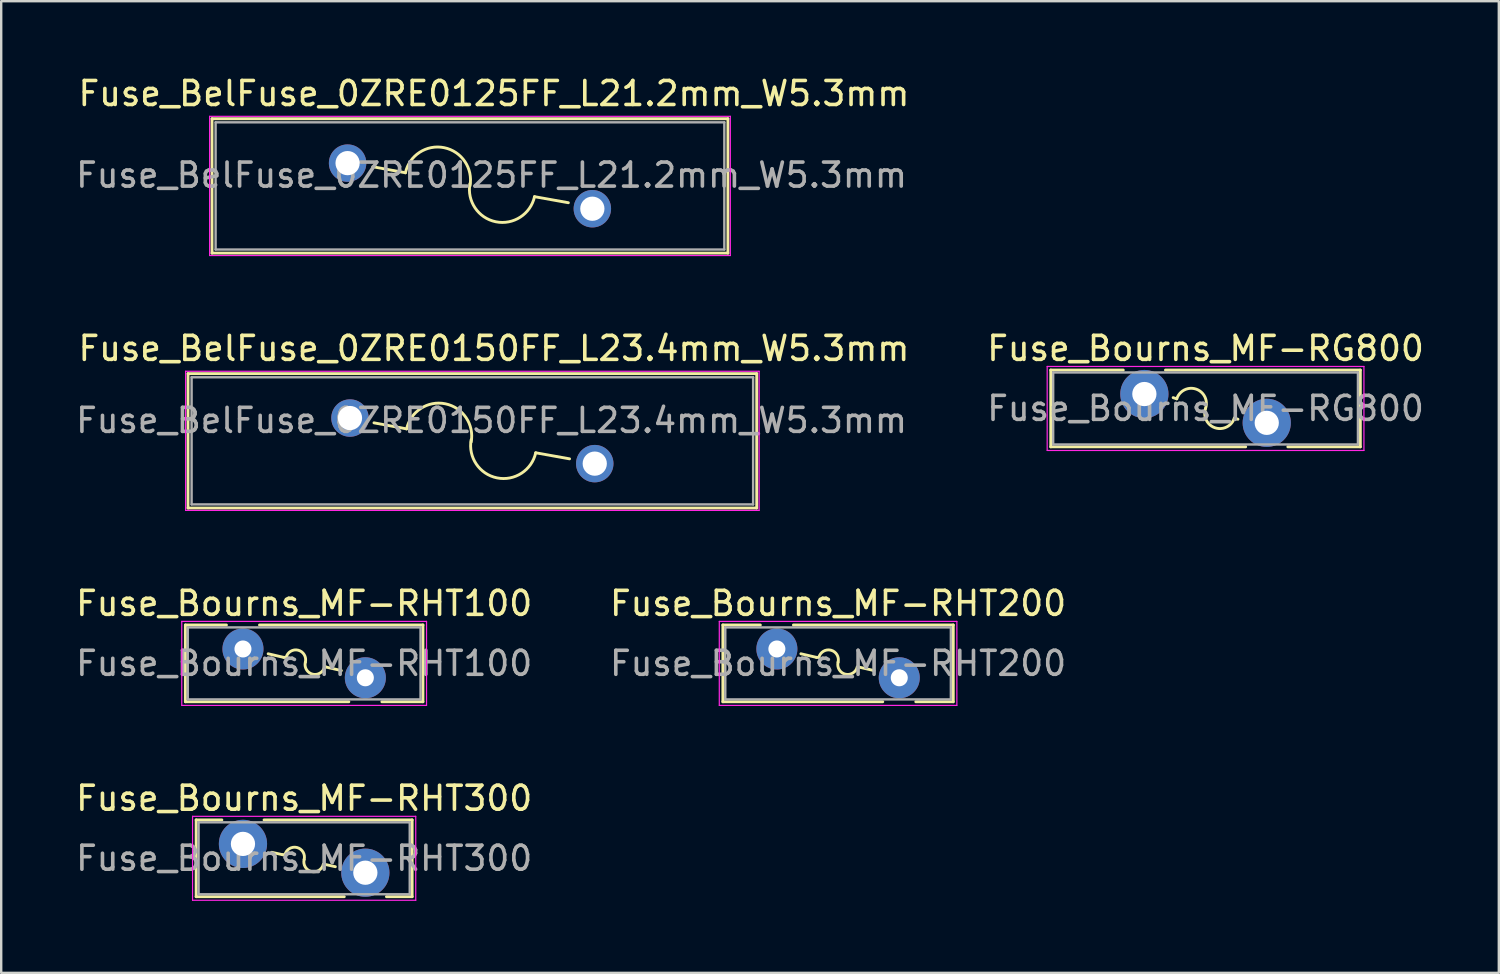
<source format=kicad_pcb>
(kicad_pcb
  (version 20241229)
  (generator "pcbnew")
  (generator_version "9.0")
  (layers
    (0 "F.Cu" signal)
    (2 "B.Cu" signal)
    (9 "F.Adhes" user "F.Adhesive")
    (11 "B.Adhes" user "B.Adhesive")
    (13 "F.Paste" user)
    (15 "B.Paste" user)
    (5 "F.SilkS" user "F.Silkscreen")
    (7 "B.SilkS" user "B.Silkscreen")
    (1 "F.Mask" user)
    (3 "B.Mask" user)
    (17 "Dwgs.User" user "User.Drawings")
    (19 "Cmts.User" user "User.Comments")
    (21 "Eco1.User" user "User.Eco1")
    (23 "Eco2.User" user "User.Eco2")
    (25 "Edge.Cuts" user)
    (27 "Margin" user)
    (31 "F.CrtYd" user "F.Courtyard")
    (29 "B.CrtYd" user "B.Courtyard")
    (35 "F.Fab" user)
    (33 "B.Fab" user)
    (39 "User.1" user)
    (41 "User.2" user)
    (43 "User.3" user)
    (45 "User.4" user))
  (footprint "Fuse_Bourns_MF-RHT300"
    (layer "F.Cu")
    (at 7.075 32.118)
    (property "Reference" "Fuse_Bourns_MF-RHT300" (at 2.55 -1.9 0) (layer "F.SilkS") (effects (font (size 1 1) (thickness 0.15))))
    (fp_line (start -1.951 -1) (end -1.951 2.2) (stroke (width 0.12) (type solid)) (layer "F.SilkS"))
    (fp_line (start -1.951 -1) (end -0.879 -1) (stroke (width 0.12) (type solid)) (layer "F.SilkS"))
    (fp_line (start -1.951 2.2) (end 4.222 2.2) (stroke (width 0.12) (type solid)) (layer "F.SilkS"))
    (fp_line (start 0.879 -1) (end 7.05 -1) (stroke (width 0.12) (type solid)) (layer "F.SilkS"))
    (fp_line (start 1.2 0.35) (end 1.65 0.45) (stroke (width 0.12) (type solid)) (layer "F.SilkS"))
    (fp_line (start 1.75 0.45) (end 1.65 0.45) (stroke (width 0.12) (type solid)) (layer "F.SilkS"))
    (fp_line (start 3.35 0.85) (end 3.4 0.85) (stroke (width 0.12) (type solid)) (layer "F.SilkS"))
    (fp_line (start 3.4 0.85) (end 3.85 0.95) (stroke (width 0.12) (type solid)) (layer "F.SilkS"))
    (fp_line (start 5.979 2.2) (end 7.05 2.2) (stroke (width 0.12) (type solid)) (layer "F.SilkS"))
    (fp_line (start 7.05 -1) (end 7.05 2.2) (stroke (width 0.12) (type solid)) (layer "F.SilkS"))
    (fp_arc (start 1.750001 0.450001) (mid 2.249999 0.150001) (end 2.549999 0.649999) (stroke (width 0.12) (type solid)) (layer "F.SilkS"))
    (fp_arc (start 3.349999 0.849999) (mid 2.850001 1.149999) (end 2.550001 0.650001) (stroke (width 0.12) (type solid)) (layer "F.SilkS"))
    (fp_line (start -2.1 -1.15) (end -2.1 2.35) (stroke (width 0.05) (type solid)) (layer "F.CrtYd"))
    (fp_line (start -2.1 2.35) (end 7.2 2.35) (stroke (width 0.05) (type solid)) (layer "F.CrtYd"))
    (fp_line (start 7.2 -1.15) (end -2.1 -1.15) (stroke (width 0.05) (type solid)) (layer "F.CrtYd"))
    (fp_line (start 7.2 2.35) (end 7.2 -1.15) (stroke (width 0.05) (type solid)) (layer "F.CrtYd"))
    (fp_line (start -1.85 -0.9) (end -1.85 2.1) (stroke (width 0.1) (type solid)) (layer "F.Fab"))
    (fp_line (start -1.85 2.1) (end 6.95 2.1) (stroke (width 0.1) (type solid)) (layer "F.Fab"))
    (fp_line (start 6.95 -0.9) (end -1.85 -0.9) (stroke (width 0.1) (type solid)) (layer "F.Fab"))
    (fp_line (start 6.95 2.1) (end 6.95 -0.9) (stroke (width 0.1) (type solid)) (layer "F.Fab"))
    (fp_text user "${REFERENCE}" (at 2.55 0.6 0) (layer "F.Fab") (effects (font (size 1 1) (thickness 0.15))))
    (pad "1" thru_hole circle (at 0 0) (size 2.01 2.01) (drill 1.01) (layers "*.Cu" "*.Mask"))
    (pad "2" thru_hole circle (at 5.1 1.2) (size 2.01 2.01) (drill 1.01) (layers "*.Cu" "*.Mask")))
  (footprint "Fuse_BelFuse_0ZRE0150FF_L23.4mm_W5.3mm"
    (layer "F.Cu")
    (at 11.535 14.371)
    (property "Reference" "Fuse_BelFuse_0ZRE0150FF_L23.4mm_W5.3mm" (at 6 -2.9 0) (layer "F.SilkS") (effects (font (size 1 1) (thickness 0.15))))
    (fp_line (start -6.75 -1.85) (end -6.75 3.75) (stroke (width 0.12) (type solid)) (layer "F.SilkS"))
    (fp_line (start -6.75 -1.85) (end 16.95 -1.85) (stroke (width 0.12) (type solid)) (layer "F.SilkS"))
    (fp_line (start -6.75 3.75) (end 16.95 3.75) (stroke (width 0.12) (type solid)) (layer "F.SilkS"))
    (fp_line (start 1 0.2) (end 2.36 0.452) (stroke (width 0.12) (type solid)) (layer "F.SilkS"))
    (fp_line (start 7.74 1.448) (end 9.15 1.7) (stroke (width 0.12) (type solid)) (layer "F.SilkS"))
    (fp_line (start 16.95 -1.85) (end 16.95 3.75) (stroke (width 0.12) (type solid)) (layer "F.SilkS"))
    (fp_arc (start 2.359742 0.452167) (mid 3.97396 -0.59534) (end 5.049999 1) (stroke (width 0.12) (type solid)) (layer "F.SilkS"))
    (fp_arc (start 7.740258 1.447834) (mid 6.12604 2.495341) (end 5.050001 0.900001) (stroke (width 0.12) (type solid)) (layer "F.SilkS"))
    (fp_line (start -6.85 -1.95) (end -6.85 3.85) (stroke (width 0.05) (type solid)) (layer "F.CrtYd"))
    (fp_line (start -6.85 -1.95) (end 17.05 -1.95) (stroke (width 0.05) (type solid)) (layer "F.CrtYd"))
    (fp_line (start -6.85 3.85) (end 17.05 3.85) (stroke (width 0.05) (type solid)) (layer "F.CrtYd"))
    (fp_line (start 17.05 -1.95) (end 17.05 3.85) (stroke (width 0.05) (type solid)) (layer "F.CrtYd"))
    (fp_line (start -6.6 -1.7) (end -6.6 3.6) (stroke (width 0.1) (type solid)) (layer "F.Fab"))
    (fp_line (start -6.6 -1.7) (end 16.8 -1.7) (stroke (width 0.1) (type solid)) (layer "F.Fab"))
    (fp_line (start -6.6 3.6) (end 16.8 3.6) (stroke (width 0.1) (type solid)) (layer "F.Fab"))
    (fp_line (start 16.8 -1.7) (end 16.8 3.6) (stroke (width 0.1) (type solid)) (layer "F.Fab"))
    (fp_text user "${REFERENCE}" (at 5.9 0.1 0) (layer "F.Fab") (effects (font (size 1 1) (thickness 0.15))))
    (pad "1" thru_hole circle (at 0 0) (size 1.56 1.56) (drill 1.01) (layers "*.Cu" "*.Mask"))
    (pad "2" thru_hole circle (at 10.2 1.9) (size 1.56 1.56) (drill 1.01) (layers "*.Cu" "*.Mask")))
  (footprint "Fuse_Bourns_MF-RG800"
    (layer "F.Cu")
    (at 44.639 13.371)
    (property "Reference" "Fuse_Bourns_MF-RG800" (at 2.55 -1.9 0) (layer "F.SilkS") (effects (font (size 1 1) (thickness 0.15))))
    (fp_line (start -3.9 -1) (end -3.9 2.2) (stroke (width 0.12) (type solid)) (layer "F.SilkS"))
    (fp_line (start -3.9 -1) (end -0.879 -1) (stroke (width 0.12) (type solid)) (layer "F.SilkS"))
    (fp_line (start -3.9 2.2) (end 4.222 2.2) (stroke (width 0.12) (type solid)) (layer "F.SilkS"))
    (fp_line (start 0.879 -1) (end 9 -1) (stroke (width 0.12) (type solid)) (layer "F.SilkS"))
    (fp_line (start 1.2 0.15) (end 1.35 0.2) (stroke (width 0.12) (type solid)) (layer "F.SilkS"))
    (fp_line (start 3.75 1) (end 3.9 1.05) (stroke (width 0.12) (type solid)) (layer "F.SilkS"))
    (fp_line (start 5.979 2.2) (end 9 2.2) (stroke (width 0.12) (type solid)) (layer "F.SilkS"))
    (fp_line (start 9 -1) (end 9 2.2) (stroke (width 0.12) (type solid)) (layer "F.SilkS"))
    (fp_arc (start 1.350003 0.200002) (mid 2.150001 -0.199998) (end 2.550001 0.6) (stroke (width 0.12) (type solid)) (layer "F.SilkS"))
    (fp_arc (start 3.749999 0.999998) (mid 2.950001 1.399998) (end 2.550001 0.6) (stroke (width 0.12) (type solid)) (layer "F.SilkS"))
    (fp_line (start -4.05 -1.15) (end -4.05 2.35) (stroke (width 0.05) (type solid)) (layer "F.CrtYd"))
    (fp_line (start -4.05 2.35) (end 9.15 2.35) (stroke (width 0.05) (type solid)) (layer "F.CrtYd"))
    (fp_line (start 9.15 -1.15) (end -4.05 -1.15) (stroke (width 0.05) (type solid)) (layer "F.CrtYd"))
    (fp_line (start 9.15 2.35) (end 9.15 -1.15) (stroke (width 0.05) (type solid)) (layer "F.CrtYd"))
    (fp_line (start -3.8 -0.9) (end -3.8 2.1) (stroke (width 0.1) (type solid)) (layer "F.Fab"))
    (fp_line (start -3.8 2.1) (end 8.9 2.1) (stroke (width 0.1) (type solid)) (layer "F.Fab"))
    (fp_line (start 8.9 -0.9) (end -3.8 -0.9) (stroke (width 0.1) (type solid)) (layer "F.Fab"))
    (fp_line (start 8.9 2.1) (end 8.9 -0.9) (stroke (width 0.1) (type solid)) (layer "F.Fab"))
    (fp_text user "${REFERENCE}" (at 2.55 0.6 0) (layer "F.Fab") (effects (font (size 1 1) (thickness 0.15))))
    (pad "1" thru_hole circle (at 0 0) (size 2.01 2.01) (drill 1.01) (layers "*.Cu" "*.Mask"))
    (pad "2" thru_hole circle (at 5.1 1.2) (size 2.01 2.01) (drill 1.01) (layers "*.Cu" "*.Mask")))
  (footprint "Fuse_BelFuse_0ZRE0125FF_L21.2mm_W5.3mm"
    (layer "F.Cu")
    (at 11.435 3.748)
    (property "Reference" "Fuse_BelFuse_0ZRE0125FF_L21.2mm_W5.3mm" (at 6.1 -2.9 0) (layer "F.SilkS") (effects (font (size 1 1) (thickness 0.15))))
    (fp_line (start -5.65 -1.85) (end -5.65 3.75) (stroke (width 0.12) (type solid)) (layer "F.SilkS"))
    (fp_line (start -5.65 -1.85) (end 15.85 -1.85) (stroke (width 0.12) (type solid)) (layer "F.SilkS"))
    (fp_line (start -5.65 3.75) (end 15.85 3.75) (stroke (width 0.12) (type solid)) (layer "F.SilkS"))
    (fp_line (start 1.05 0.15) (end 2.41 0.402) (stroke (width 0.12) (type solid)) (layer "F.SilkS"))
    (fp_line (start 7.79 1.398) (end 9.2 1.65) (stroke (width 0.12) (type solid)) (layer "F.SilkS"))
    (fp_line (start 15.85 -1.85) (end 15.85 3.75) (stroke (width 0.12) (type solid)) (layer "F.SilkS"))
    (fp_arc (start 2.409742 0.402167) (mid 4.02396 -0.64534) (end 5.099999 0.95) (stroke (width 0.12) (type solid)) (layer "F.SilkS"))
    (fp_arc (start 7.790258 1.397834) (mid 6.17604 2.445341) (end 5.100001 0.850001) (stroke (width 0.12) (type solid)) (layer "F.SilkS"))
    (fp_line (start -5.75 -1.95) (end -5.75 3.85) (stroke (width 0.05) (type solid)) (layer "F.CrtYd"))
    (fp_line (start -5.75 -1.95) (end 15.95 -1.95) (stroke (width 0.05) (type solid)) (layer "F.CrtYd"))
    (fp_line (start -5.75 3.85) (end 15.95 3.85) (stroke (width 0.05) (type solid)) (layer "F.CrtYd"))
    (fp_line (start 15.95 -1.95) (end 15.95 3.85) (stroke (width 0.05) (type solid)) (layer "F.CrtYd"))
    (fp_line (start -5.5 -1.7) (end -5.5 3.6) (stroke (width 0.1) (type solid)) (layer "F.Fab"))
    (fp_line (start -5.5 -1.7) (end 15.7 -1.7) (stroke (width 0.1) (type solid)) (layer "F.Fab"))
    (fp_line (start -5.5 3.6) (end 15.7 3.6) (stroke (width 0.1) (type solid)) (layer "F.Fab"))
    (fp_line (start 15.7 -1.7) (end 15.7 3.6) (stroke (width 0.1) (type solid)) (layer "F.Fab"))
    (fp_text user "${REFERENCE}" (at 6 0.5 0) (layer "F.Fab") (effects (font (size 1 1) (thickness 0.15))))
    (pad "1" thru_hole circle (at 0 0) (size 1.56 1.56) (drill 1.01) (layers "*.Cu" "*.Mask"))
    (pad "2" thru_hole circle (at 10.2 1.9) (size 1.56 1.56) (drill 1.01) (layers "*.Cu" "*.Mask")))
  (footprint "Fuse_Bourns_MF-RHT100"
    (layer "F.Cu")
    (at 7.075 23.995)
    (property "Reference" "Fuse_Bourns_MF-RHT100" (at 2.55 -1.9 0) (layer "F.SilkS") (effects (font (size 1 1) (thickness 0.15))))
    (fp_line (start -2.4 -1) (end -2.4 2.2) (stroke (width 0.12) (type solid)) (layer "F.SilkS"))
    (fp_line (start -2.4 -1) (end -0.689 -1) (stroke (width 0.12) (type solid)) (layer "F.SilkS"))
    (fp_line (start -2.4 2.2) (end 4.412 2.2) (stroke (width 0.12) (type solid)) (layer "F.SilkS"))
    (fp_line (start 0.689 -1) (end 7.5 -1) (stroke (width 0.12) (type solid)) (layer "F.SilkS"))
    (fp_line (start 1.05 0.2) (end 1.7 0.35) (stroke (width 0.12) (type solid)) (layer "F.SilkS"))
    (fp_line (start 1.8 0.35) (end 1.7 0.35) (stroke (width 0.12) (type solid)) (layer "F.SilkS"))
    (fp_line (start 3.4 0.75) (end 3.45 0.75) (stroke (width 0.12) (type solid)) (layer "F.SilkS"))
    (fp_line (start 3.45 0.75) (end 4.1 0.9) (stroke (width 0.12) (type solid)) (layer "F.SilkS"))
    (fp_line (start 5.789 2.2) (end 7.5 2.2) (stroke (width 0.12) (type solid)) (layer "F.SilkS"))
    (fp_line (start 7.5 -1) (end 7.5 2.2) (stroke (width 0.12) (type solid)) (layer "F.SilkS"))
    (fp_arc (start 1.800001 0.350001) (mid 2.299999 0.050001) (end 2.599999 0.549999) (stroke (width 0.12) (type solid)) (layer "F.SilkS"))
    (fp_arc (start 3.399999 0.749999) (mid 2.900001 1.049999) (end 2.600001 0.550001) (stroke (width 0.12) (type solid)) (layer "F.SilkS"))
    (fp_line (start -2.55 -1.15) (end -2.55 2.35) (stroke (width 0.05) (type solid)) (layer "F.CrtYd"))
    (fp_line (start -2.55 2.35) (end 7.65 2.35) (stroke (width 0.05) (type solid)) (layer "F.CrtYd"))
    (fp_line (start 7.65 -1.15) (end -2.55 -1.15) (stroke (width 0.05) (type solid)) (layer "F.CrtYd"))
    (fp_line (start 7.65 2.35) (end 7.65 -1.15) (stroke (width 0.05) (type solid)) (layer "F.CrtYd"))
    (fp_line (start -2.3 -0.9) (end -2.3 2.1) (stroke (width 0.1) (type solid)) (layer "F.Fab"))
    (fp_line (start -2.3 2.1) (end 7.4 2.1) (stroke (width 0.1) (type solid)) (layer "F.Fab"))
    (fp_line (start 7.4 -0.9) (end -2.3 -0.9) (stroke (width 0.1) (type solid)) (layer "F.Fab"))
    (fp_line (start 7.4 2.1) (end 7.4 -0.9) (stroke (width 0.1) (type solid)) (layer "F.Fab"))
    (fp_text user "${REFERENCE}" (at 2.55 0.6 0) (layer "F.Fab") (effects (font (size 1 1) (thickness 0.15))))
    (pad "1" thru_hole circle (at 0 0) (size 1.71 1.71) (drill 0.71) (layers "*.Cu" "*.Mask"))
    (pad "2" thru_hole circle (at 5.1 1.2) (size 1.71 1.71) (drill 0.71) (layers "*.Cu" "*.Mask")))
  (footprint "Fuse_Bourns_MF-RHT200"
    (layer "F.Cu")
    (at 29.325 23.995)
    (property "Reference" "Fuse_Bourns_MF-RHT200" (at 2.55 -1.9 0) (layer "F.SilkS") (effects (font (size 1 1) (thickness 0.15))))
    (fp_line (start -2.251 -1) (end -2.251 2.2) (stroke (width 0.12) (type solid)) (layer "F.SilkS"))
    (fp_line (start -2.251 -1) (end -0.689 -1) (stroke (width 0.12) (type solid)) (layer "F.SilkS"))
    (fp_line (start -2.251 2.2) (end 4.412 2.2) (stroke (width 0.12) (type solid)) (layer "F.SilkS"))
    (fp_line (start 0.689 -1) (end 7.35 -1) (stroke (width 0.12) (type solid)) (layer "F.SilkS"))
    (fp_line (start 1 0.2) (end 1.65 0.35) (stroke (width 0.12) (type solid)) (layer "F.SilkS"))
    (fp_line (start 1.75 0.35) (end 1.65 0.35) (stroke (width 0.12) (type solid)) (layer "F.SilkS"))
    (fp_line (start 3.35 0.75) (end 3.4 0.75) (stroke (width 0.12) (type solid)) (layer "F.SilkS"))
    (fp_line (start 3.4 0.75) (end 4.05 0.9) (stroke (width 0.12) (type solid)) (layer "F.SilkS"))
    (fp_line (start 5.789 2.2) (end 7.35 2.2) (stroke (width 0.12) (type solid)) (layer "F.SilkS"))
    (fp_line (start 7.35 -1) (end 7.35 2.2) (stroke (width 0.12) (type solid)) (layer "F.SilkS"))
    (fp_arc (start 1.750001 0.350001) (mid 2.249999 0.050001) (end 2.549999 0.549999) (stroke (width 0.12) (type solid)) (layer "F.SilkS"))
    (fp_arc (start 3.349999 0.749999) (mid 2.850001 1.049999) (end 2.550001 0.550001) (stroke (width 0.12) (type solid)) (layer "F.SilkS"))
    (fp_line (start -2.4 -1.15) (end -2.4 2.35) (stroke (width 0.05) (type solid)) (layer "F.CrtYd"))
    (fp_line (start -2.4 2.35) (end 7.5 2.35) (stroke (width 0.05) (type solid)) (layer "F.CrtYd"))
    (fp_line (start 7.5 -1.15) (end -2.4 -1.15) (stroke (width 0.05) (type solid)) (layer "F.CrtYd"))
    (fp_line (start 7.5 2.35) (end 7.5 -1.15) (stroke (width 0.05) (type solid)) (layer "F.CrtYd"))
    (fp_line (start -2.15 -0.9) (end -2.15 2.1) (stroke (width 0.1) (type solid)) (layer "F.Fab"))
    (fp_line (start -2.15 2.1) (end 7.25 2.1) (stroke (width 0.1) (type solid)) (layer "F.Fab"))
    (fp_line (start 7.25 -0.9) (end -2.15 -0.9) (stroke (width 0.1) (type solid)) (layer "F.Fab"))
    (fp_line (start 7.25 2.1) (end 7.25 -0.9) (stroke (width 0.1) (type solid)) (layer "F.Fab"))
    (fp_text user "${REFERENCE}" (at 2.55 0.6 0) (layer "F.Fab") (effects (font (size 1 1) (thickness 0.15))))
    (pad "1" thru_hole circle (at 0 0) (size 1.71 1.71) (drill 0.71) (layers "*.Cu" "*.Mask"))
    (pad "2" thru_hole circle (at 5.1 1.2) (size 1.71 1.71) (drill 0.71) (layers "*.Cu" "*.Mask")))
  (gr_rect
    (start -3 -3)
    (end 59.41 37.493)
    (stroke (width 0.1) (type default))
    (fill no)
    (layer "Edge.Cuts")))
</source>
